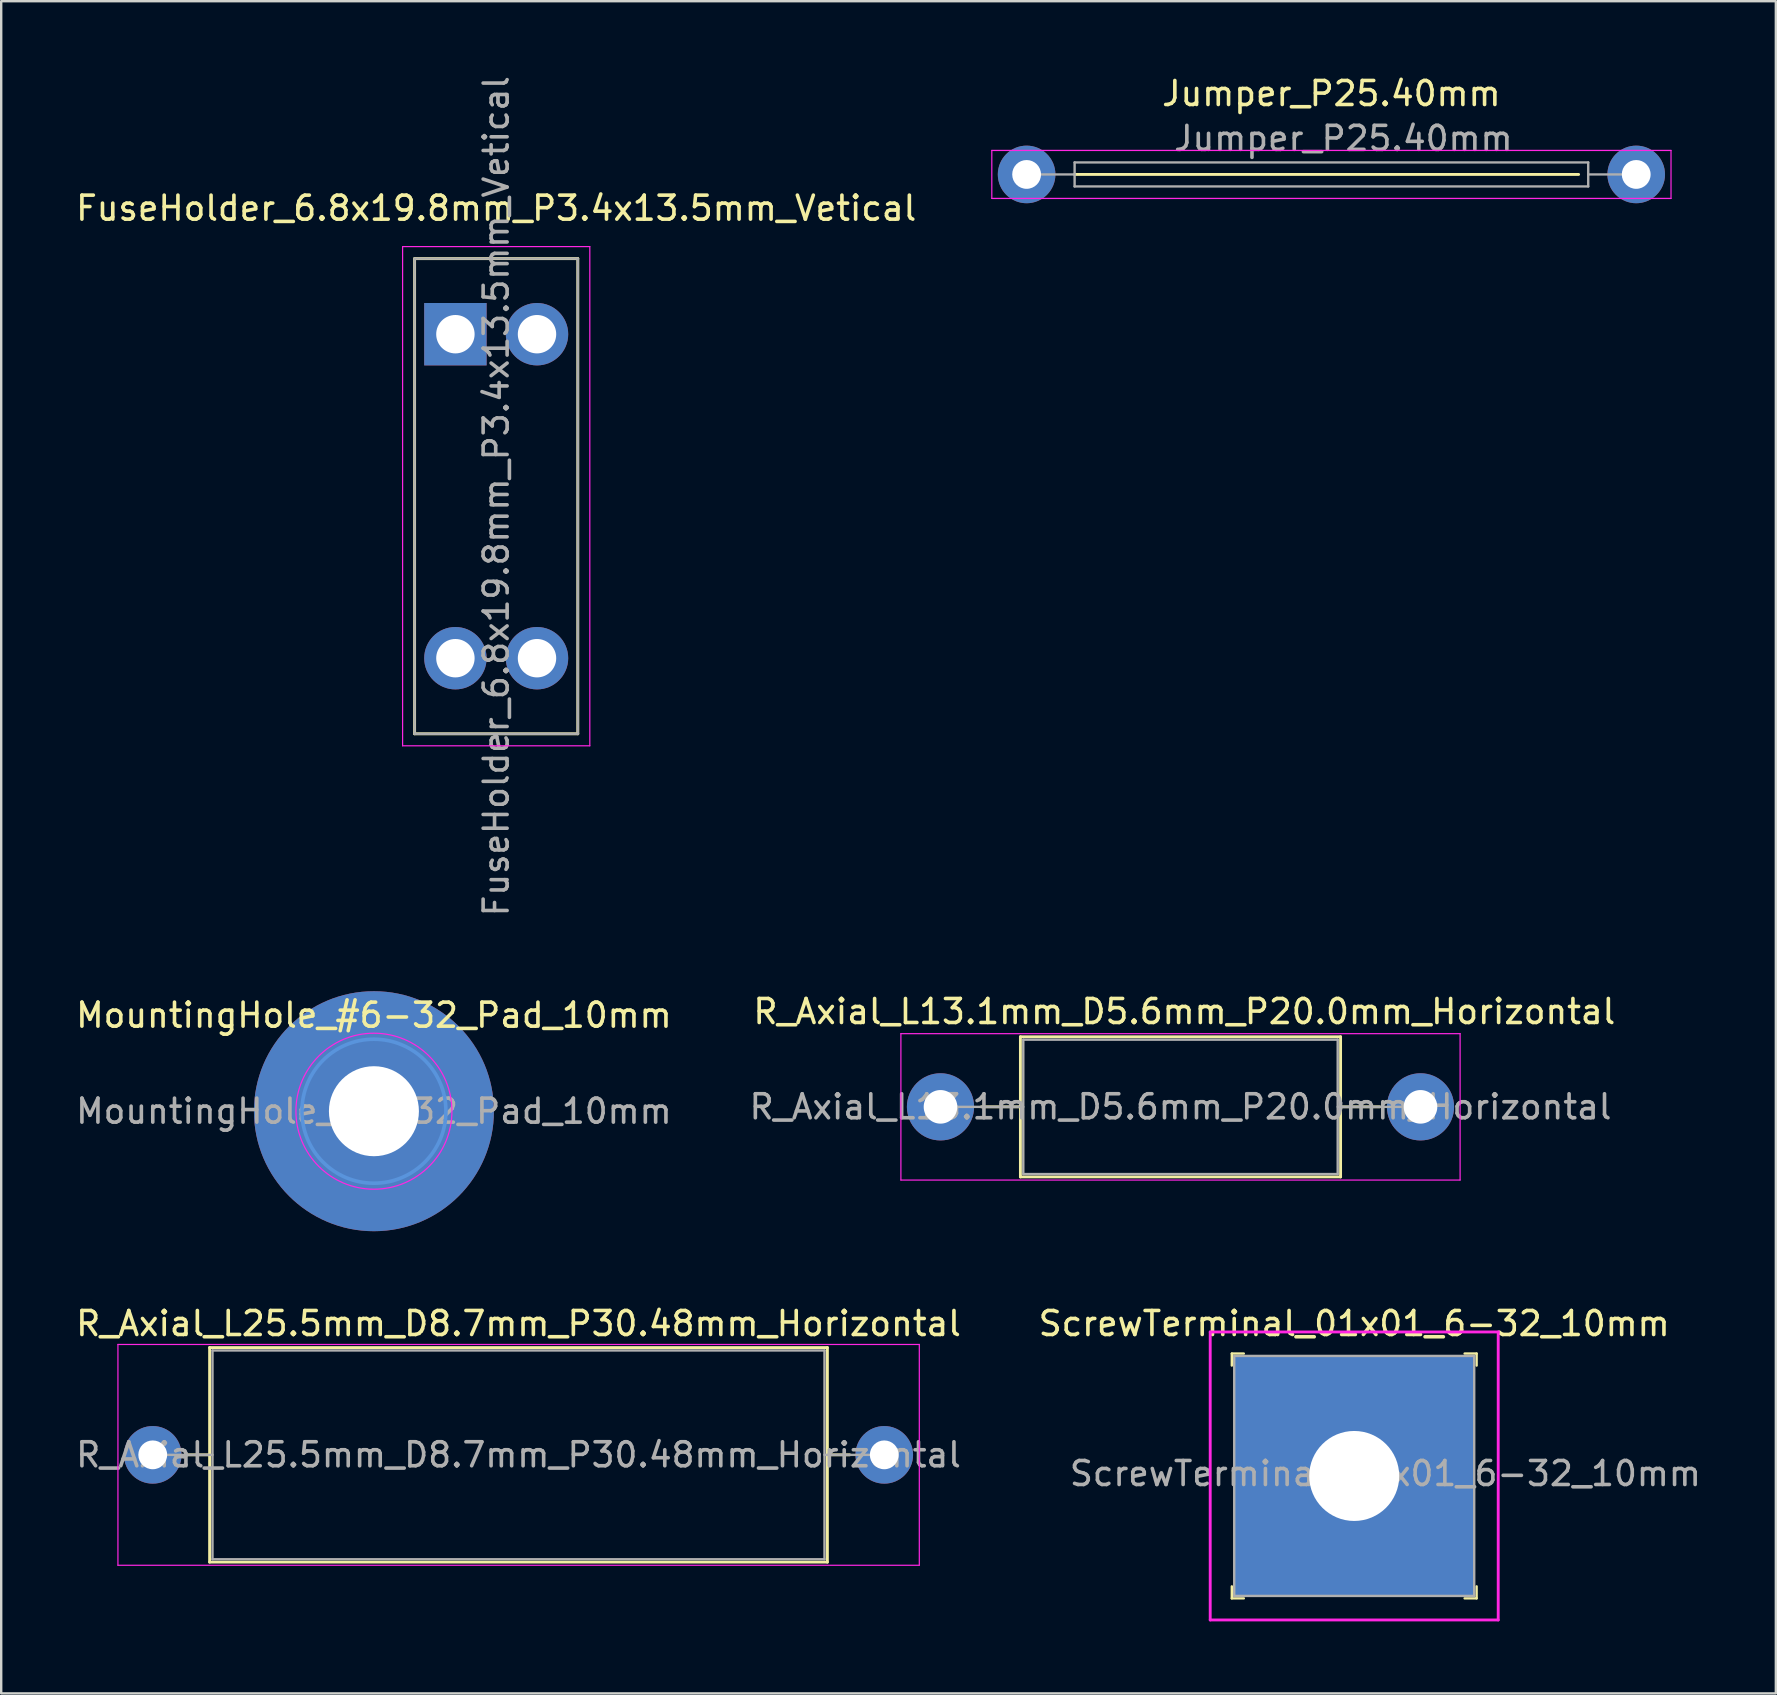
<source format=kicad_pcb>
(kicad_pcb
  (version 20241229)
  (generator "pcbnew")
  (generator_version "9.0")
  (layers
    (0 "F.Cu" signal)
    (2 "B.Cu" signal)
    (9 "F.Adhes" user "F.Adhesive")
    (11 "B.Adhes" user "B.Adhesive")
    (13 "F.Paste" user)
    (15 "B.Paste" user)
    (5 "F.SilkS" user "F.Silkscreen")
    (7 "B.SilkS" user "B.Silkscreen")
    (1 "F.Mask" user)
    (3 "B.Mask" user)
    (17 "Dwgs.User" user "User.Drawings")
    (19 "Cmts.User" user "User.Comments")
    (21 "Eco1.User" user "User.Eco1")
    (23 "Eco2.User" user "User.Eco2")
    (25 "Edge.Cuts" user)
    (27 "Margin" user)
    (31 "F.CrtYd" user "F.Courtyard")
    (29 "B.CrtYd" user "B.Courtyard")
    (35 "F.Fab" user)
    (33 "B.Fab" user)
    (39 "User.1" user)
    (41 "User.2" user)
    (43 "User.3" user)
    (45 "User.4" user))
  (footprint "MountingHole_#6-32_Pad_10mm"
    (layer "F.Cu")
    (at 12.53 43.25)
    (property "Reference" "MountingHole_#6-32_Pad_10mm" (at 0 -4 0) (layer "F.SilkS") (effects (font (size 1 1) (thickness 0.15))))
    (attr exclude_from_pos_files exclude_from_bom)
    (fp_circle (center 0 0) (end 3 0) (stroke (width 0.15) (type solid)) (fill no) (layer "Cmts.User"))
    (fp_circle (center 0 0) (end 3.25 0) (stroke (width 0.05) (type solid)) (fill no) (layer "F.CrtYd"))
    (fp_text user "${REFERENCE}" (at 0 0 0) (layer "F.Fab") (effects (font (size 1 1) (thickness 0.15))))
    (pad "1" thru_hole circle (at 0 0) (size 10 10) (drill 3.75) (layers "*.Cu" "*.Mask")))
  (footprint "R_Axial_L25.5mm_D8.7mm_P30.48mm_Horizontal"
    (layer "F.Cu")
    (at 3.314 57.568)
    (property "Reference" "R_Axial_L25.5mm_D8.7mm_P30.48mm_Horizontal" (at 15.24 -5.47 0) (layer "F.SilkS") (effects (font (size 1 1) (thickness 0.15))))
    (attr through_hole)
    (fp_line (start 1.44 0) (end 2.37 0) (stroke (width 0.12) (type solid)) (layer "F.SilkS"))
    (fp_line (start 2.37 -4.47) (end 2.37 4.47) (stroke (width 0.12) (type solid)) (layer "F.SilkS"))
    (fp_line (start 2.37 4.47) (end 28.11 4.47) (stroke (width 0.12) (type solid)) (layer "F.SilkS"))
    (fp_line (start 28.11 -4.47) (end 2.37 -4.47) (stroke (width 0.12) (type solid)) (layer "F.SilkS"))
    (fp_line (start 28.11 4.47) (end 28.11 -4.47) (stroke (width 0.12) (type solid)) (layer "F.SilkS"))
    (fp_line (start 29.04 0) (end 28.11 0) (stroke (width 0.12) (type solid)) (layer "F.SilkS"))
    (fp_line (start -1.45 -4.6) (end -1.45 4.6) (stroke (width 0.05) (type solid)) (layer "F.CrtYd"))
    (fp_line (start -1.45 4.6) (end 31.94 4.6) (stroke (width 0.05) (type solid)) (layer "F.CrtYd"))
    (fp_line (start 31.94 -4.6) (end -1.45 -4.6) (stroke (width 0.05) (type solid)) (layer "F.CrtYd"))
    (fp_line (start 31.94 4.6) (end 31.94 -4.6) (stroke (width 0.05) (type solid)) (layer "F.CrtYd"))
    (fp_line (start 0 0) (end 2.49 0) (stroke (width 0.1) (type solid)) (layer "F.Fab"))
    (fp_line (start 2.49 -4.35) (end 2.49 4.35) (stroke (width 0.1) (type solid)) (layer "F.Fab"))
    (fp_line (start 2.49 4.35) (end 27.99 4.35) (stroke (width 0.1) (type solid)) (layer "F.Fab"))
    (fp_line (start 27.99 -4.35) (end 2.49 -4.35) (stroke (width 0.1) (type solid)) (layer "F.Fab"))
    (fp_line (start 27.99 4.35) (end 27.99 -4.35) (stroke (width 0.1) (type solid)) (layer "F.Fab"))
    (fp_line (start 30.48 0) (end 27.99 0) (stroke (width 0.1) (type solid)) (layer "F.Fab"))
    (fp_text user "${REFERENCE}" (at 15.24 0 0) (layer "F.Fab") (effects (font (size 1 1) (thickness 0.15))))
    (pad "1" thru_hole circle (at 0 0) (size 2.4 2.4) (drill 1.2) (layers "*.Cu" "*.Mask"))
    (pad "2" thru_hole oval (at 30.48 0) (size 2.4 2.4) (drill 1.2) (layers "*.Cu" "*.Mask")))
  (footprint "FuseHolder_6.8x19.8mm_P3.4x13.5mm_Vetical"
    (layer "F.Cu")
    (at 17.625 17.625)
    (property "Reference" "FuseHolder_6.8x19.8mm_P3.4x13.5mm_Vetical" (at 0 -12 0) (layer "F.SilkS") (effects (font (size 1 1) (thickness 0.15))))
    (attr through_hole)
    (fp_line (start -3.4 -9.9) (end -3.4 9.9) (stroke (width 0.12) (type solid)) (layer "F.SilkS"))
    (fp_line (start -3.4 -9.9) (end 3.4 -9.9) (stroke (width 0.12) (type solid)) (layer "F.SilkS"))
    (fp_line (start -3.4 9.9) (end 3.4 9.9) (stroke (width 0.12) (type solid)) (layer "F.SilkS"))
    (fp_line (start 3.4 -9.9) (end 3.4 9.9) (stroke (width 0.12) (type solid)) (layer "F.SilkS"))
    (fp_line (start -3.9 -10.4) (end -3.9 10.4) (stroke (width 0.05) (type solid)) (layer "F.CrtYd"))
    (fp_line (start -3.9 10.4) (end 3.9 10.4) (stroke (width 0.05) (type solid)) (layer "F.CrtYd"))
    (fp_line (start 3.9 -10.4) (end -3.9 -10.4) (stroke (width 0.05) (type solid)) (layer "F.CrtYd"))
    (fp_line (start 3.9 10.4) (end 3.9 -10.4) (stroke (width 0.05) (type solid)) (layer "F.CrtYd"))
    (fp_line (start -3.4 -9.9) (end 3.4 -9.9) (stroke (width 0.1) (type solid)) (layer "F.Fab"))
    (fp_line (start -3.4 9.9) (end -3.4 -9.9) (stroke (width 0.1) (type solid)) (layer "F.Fab"))
    (fp_line (start 3.4 -9.9) (end 3.4 9.9) (stroke (width 0.1) (type solid)) (layer "F.Fab"))
    (fp_line (start 3.4 9.9) (end -3.4 9.9) (stroke (width 0.1) (type solid)) (layer "F.Fab"))
    (fp_text user "${REFERENCE}" (at 0 0 90) (layer "F.Fab") (effects (font (size 1 1) (thickness 0.15))))
    (pad "1" thru_hole rect (at -1.7 -6.75) (size 2.6 2.6) (drill 1.6) (layers "*.Cu" "*.Mask"))
    (pad "1" thru_hole oval (at 1.7 -6.75) (size 2.6 2.6) (drill 1.6) (layers "*.Cu" "*.Mask"))
    (pad "2" thru_hole oval (at -1.7 6.75) (size 2.6 2.6) (drill 1.6) (layers "*.Cu" "*.Mask"))
    (pad "2" thru_hole oval (at 1.7 6.75) (size 2.6 2.6) (drill 1.6) (layers "*.Cu" "*.Mask")))
  (footprint "R_Axial_L13.1mm_D5.6mm_P20.0mm_Horizontal"
    (layer "F.Cu")
    (at 36.137 43.068)
    (property "Reference" "R_Axial_L13.1mm_D5.6mm_P20.0mm_Horizontal" (at 10.16 -3.97 0) (layer "F.SilkS") (effects (font (size 1 1) (thickness 0.15))))
    (attr through_hole)
    (fp_line (start 1.7 0) (end 3.33 0) (stroke (width 0.12) (type solid)) (layer "F.SilkS"))
    (fp_line (start 3.33 -2.92) (end 3.33 2.92) (stroke (width 0.12) (type solid)) (layer "F.SilkS"))
    (fp_line (start 3.33 2.92) (end 16.67 2.92) (stroke (width 0.12) (type solid)) (layer "F.SilkS"))
    (fp_line (start 16.67 -2.92) (end 3.33 -2.92) (stroke (width 0.12) (type solid)) (layer "F.SilkS"))
    (fp_line (start 16.67 2.92) (end 16.67 -2.92) (stroke (width 0.12) (type solid)) (layer "F.SilkS"))
    (fp_line (start 18.3 0) (end 16.67 0) (stroke (width 0.12) (type solid)) (layer "F.SilkS"))
    (fp_line (start -1.65 -3.05) (end -1.65 3.05) (stroke (width 0.05) (type solid)) (layer "F.CrtYd"))
    (fp_line (start -1.65 3.05) (end 21.65 3.05) (stroke (width 0.05) (type solid)) (layer "F.CrtYd"))
    (fp_line (start 21.65 -3.05) (end -1.65 -3.05) (stroke (width 0.05) (type solid)) (layer "F.CrtYd"))
    (fp_line (start 21.65 3.05) (end 21.65 -3.05) (stroke (width 0.05) (type solid)) (layer "F.CrtYd"))
    (fp_line (start 0 0) (end 3.45 0) (stroke (width 0.1) (type solid)) (layer "F.Fab"))
    (fp_line (start 3.45 -2.8) (end 3.45 2.8) (stroke (width 0.1) (type solid)) (layer "F.Fab"))
    (fp_line (start 3.45 2.8) (end 16.55 2.8) (stroke (width 0.1) (type solid)) (layer "F.Fab"))
    (fp_line (start 16.55 -2.8) (end 3.45 -2.8) (stroke (width 0.1) (type solid)) (layer "F.Fab"))
    (fp_line (start 16.55 2.8) (end 16.55 -2.8) (stroke (width 0.1) (type solid)) (layer "F.Fab"))
    (fp_line (start 20 0) (end 16.55 0) (stroke (width 0.1) (type solid)) (layer "F.Fab"))
    (fp_text user "${REFERENCE}" (at 10 0 0) (layer "F.Fab") (effects (font (size 1 1) (thickness 0.15))))
    (pad "1" thru_hole circle (at 0 0) (size 2.8 2.8) (drill 1.4) (layers "*.Cu" "*.Mask"))
    (pad "2" thru_hole oval (at 20 0) (size 2.8 2.8) (drill 1.4) (layers "*.Cu" "*.Mask")))
  (footprint "ScrewTerminal_01x01_6-32_10mm"
    (layer "F.Cu")
    (at 53.375 58.448)
    (property "Reference" "ScrewTerminal_01x01_6-32_10mm" (at 0 -6.35 0) (layer "F.SilkS") (effects (font (size 1 1) (thickness 0.15))))
    (attr through_hole)
    (fp_line (start -5.1 -5.1) (end -5.1 -4.6) (stroke (width 0.1) (type solid)) (layer "F.SilkS"))
    (fp_line (start -5.1 -5.1) (end -4.6 -5.1) (stroke (width 0.1) (type solid)) (layer "F.SilkS"))
    (fp_line (start -5.1 5.1) (end -5.1 4.6) (stroke (width 0.1) (type solid)) (layer "F.SilkS"))
    (fp_line (start -5.1 5.1) (end -4.6 5.1) (stroke (width 0.1) (type solid)) (layer "F.SilkS"))
    (fp_line (start 5.1 -5.1) (end 4.6 -5.1) (stroke (width 0.1) (type solid)) (layer "F.SilkS"))
    (fp_line (start 5.1 -5.1) (end 5.1 -4.6) (stroke (width 0.1) (type solid)) (layer "F.SilkS"))
    (fp_line (start 5.1 5.1) (end 4.6 5.1) (stroke (width 0.1) (type solid)) (layer "F.SilkS"))
    (fp_line (start 5.1 5.1) (end 5.1 4.6) (stroke (width 0.1) (type solid)) (layer "F.SilkS"))
    (fp_line (start -6 -6) (end 6 -6) (stroke (width 0.12) (type solid)) (layer "F.CrtYd"))
    (fp_line (start -6 6) (end -6 -6) (stroke (width 0.12) (type solid)) (layer "F.CrtYd"))
    (fp_line (start 6 -6) (end 6 6) (stroke (width 0.12) (type solid)) (layer "F.CrtYd"))
    (fp_line (start 6 6) (end -6 6) (stroke (width 0.12) (type solid)) (layer "F.CrtYd"))
    (fp_line (start -5 -5) (end -5 5) (stroke (width 0.1) (type solid)) (layer "F.Fab"))
    (fp_line (start -5 -5) (end 5 -5) (stroke (width 0.1) (type solid)) (layer "F.Fab"))
    (fp_line (start -5 5) (end 5 5) (stroke (width 0.1) (type solid)) (layer "F.Fab"))
    (fp_line (start 5 5) (end 5 -5) (stroke (width 0.1) (type solid)) (layer "F.Fab"))
    (fp_text user "${REFERENCE}" (at 1.3 -0.1 0) (layer "F.Fab") (effects (font (size 1 1) (thickness 0.15))))
    (pad "1" thru_hole rect (at 0 0) (size 10 10) (drill 3.75) (layers "*.Cu" "*.Mask")))
  (footprint "Jumper_P25.40mm"
    (layer "F.Cu")
    (at 39.725 4.218)
    (property "Reference" "Jumper_P25.40mm" (at 12.7 -3.37 0) (layer "F.SilkS") (effects (font (size 1 1) (thickness 0.15))))
    (attr through_hole)
    (fp_line (start 23 0) (end 2 0) (stroke (width 0.12) (type solid)) (layer "F.SilkS"))
    (fp_line (start -1.45 -1) (end -1.45 1) (stroke (width 0.05) (type solid)) (layer "F.CrtYd"))
    (fp_line (start -1.45 1) (end 26.85 1) (stroke (width 0.05) (type solid)) (layer "F.CrtYd"))
    (fp_line (start 26.85 -1) (end -1.45 -1) (stroke (width 0.05) (type solid)) (layer "F.CrtYd"))
    (fp_line (start 26.85 1) (end 26.85 -1) (stroke (width 0.05) (type solid)) (layer "F.CrtYd"))
    (fp_line (start 0 0) (end 2 0) (stroke (width 0.1) (type solid)) (layer "F.Fab"))
    (fp_line (start 2 -0.5) (end 2 0.5) (stroke (width 0.1) (type solid)) (layer "F.Fab"))
    (fp_line (start 2 0.5) (end 23.4 0.5) (stroke (width 0.1) (type solid)) (layer "F.Fab"))
    (fp_line (start 23.4 -0.5) (end 2 -0.5) (stroke (width 0.1) (type solid)) (layer "F.Fab"))
    (fp_line (start 23.4 0.5) (end 23.4 -0.5) (stroke (width 0.1) (type solid)) (layer "F.Fab"))
    (fp_line (start 25.4 0) (end 23.4 0) (stroke (width 0.1) (type solid)) (layer "F.Fab"))
    (fp_text user "${REFERENCE}" (at 13.2 -1.5 0) (layer "F.Fab") (effects (font (size 1 1) (thickness 0.15))))
    (pad "1" thru_hole circle (at 0 0) (size 2.4 2.4) (drill 1.2) (layers "*.Cu" "*.Mask"))
    (pad "2" thru_hole oval (at 25.4 0) (size 2.4 2.4) (drill 1.2) (layers "*.Cu" "*.Mask")))
  (gr_rect
    (start -3 -3)
    (end 70.943 67.508)
    (stroke (width 0.1) (type default))
    (fill no)
    (layer "Edge.Cuts")))
</source>
